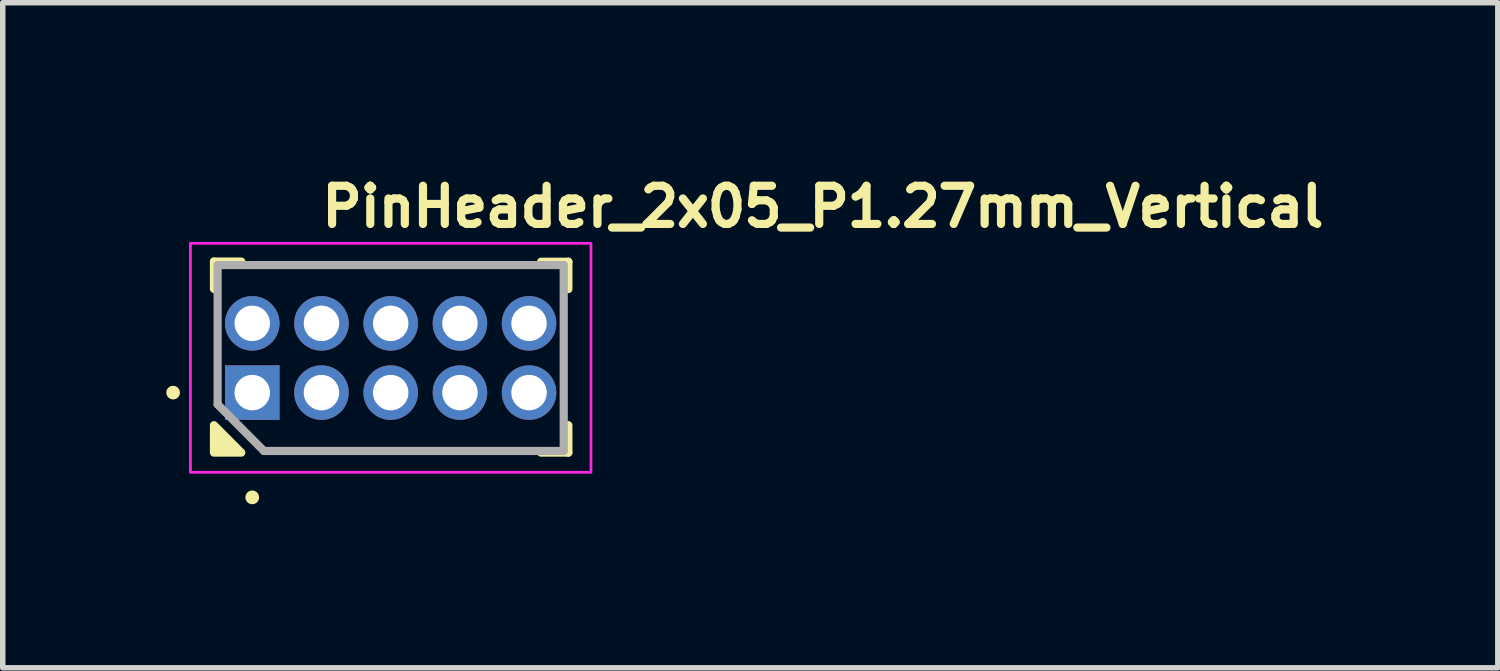
<source format=kicad_pcb>
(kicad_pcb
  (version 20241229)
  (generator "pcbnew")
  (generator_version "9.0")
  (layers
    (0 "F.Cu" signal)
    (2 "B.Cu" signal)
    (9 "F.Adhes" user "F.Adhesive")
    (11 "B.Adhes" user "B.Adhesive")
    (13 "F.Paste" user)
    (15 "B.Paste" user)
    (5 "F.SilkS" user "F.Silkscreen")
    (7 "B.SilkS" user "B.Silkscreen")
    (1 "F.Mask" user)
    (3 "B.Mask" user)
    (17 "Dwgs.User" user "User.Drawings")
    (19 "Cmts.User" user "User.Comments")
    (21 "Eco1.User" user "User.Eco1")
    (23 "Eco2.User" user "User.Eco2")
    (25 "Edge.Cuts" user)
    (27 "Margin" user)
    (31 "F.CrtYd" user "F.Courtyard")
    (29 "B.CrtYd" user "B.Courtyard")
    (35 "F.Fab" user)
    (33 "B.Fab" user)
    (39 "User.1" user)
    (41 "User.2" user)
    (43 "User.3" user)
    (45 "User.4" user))
  (footprint "PinHeader_2x05_P1.27mm_Vertical"
    (layer "F.Cu")
    (at 1.576 4.15)
    (property "Reference" "PinHeader_2x05_P1.27mm_Vertical" (at 1.199 -3 0) (layer "F.SilkS") (effects (font (size 0.7 0.7) (thickness 0.15)) (justify left bottom)))
    (attr through_hole)
    (fp_line (start -0.702 -2.403) (end -0.702 -1.901) (stroke (width 0.15) (type solid)) (layer "F.SilkS"))
    (fp_line (start -0.702 -2.403) (end -0.202 -2.403) (stroke (width 0.15) (type solid)) (layer "F.SilkS"))
    (fp_line (start 5.797 -2.4) (end 5.297 -2.4) (stroke (width 0.15) (type solid)) (layer "F.SilkS"))
    (fp_line (start 5.797 -2.4) (end 5.797 -1.899) (stroke (width 0.15) (type solid)) (layer "F.SilkS"))
    (fp_line (start 5.797 1.1) (end 5.297 1.1) (stroke (width 0.15) (type solid)) (layer "F.SilkS"))
    (fp_line (start 5.797 1.1) (end 5.797 0.598) (stroke (width 0.15) (type solid)) (layer "F.SilkS"))
    (fp_circle (center -1.451 0) (end -1.401 0) (stroke (width 0.15) (type solid)) (fill yes) (layer "F.SilkS"))
    (fp_circle (center 0 1.921) (end 0 1.87) (stroke (width 0.15) (type solid)) (fill yes) (layer "F.SilkS"))
    (fp_poly (pts (xy -0.702 0.598) (xy -0.702 1.1) (xy -0.202 1.1)) (stroke (width 0.15) (type solid)) (fill yes) (layer "F.SilkS"))
    (fp_rect (start -1.134 -2.738) (end 6.212 1.461) (stroke (width 0.05) (type solid)) (fill no) (layer "F.CrtYd"))
    (fp_line (start -0.635 -2.339) (end 5.712 -2.339) (stroke (width 0.15) (type solid)) (layer "F.Fab"))
    (fp_line (start -0.635 0.216) (end -0.635 -2.339) (stroke (width 0.15) (type solid)) (layer "F.Fab"))
    (fp_line (start 0.214 1.07) (end -0.635 0.216) (stroke (width 0.15) (type solid)) (layer "F.Fab"))
    (fp_line (start 5.712 -2.339) (end 5.712 1.07) (stroke (width 0.15) (type solid)) (layer "F.Fab"))
    (fp_line (start 5.712 1.07) (end 0.214 1.07) (stroke (width 0.15) (type solid)) (layer "F.Fab"))
    (fp_rect (start -0.634 -2.238) (end 5.712 0.961) (stroke (width 0.1) (type solid)) (fill no) (layer "User.5"))
    (fp_rect (start 5.712 -2.238) (end -0.634 0.961) (stroke (width 0.1) (type solid)) (fill no) (layer "User.5"))
    (fp_line (start -0.634 -2.037) (end -0.634 0.763) (stroke (width 0.02) (type solid)) (layer "User.9"))
    (fp_line (start -0.634 0.763) (end -0.434 0.961) (stroke (width 0.02) (type solid)) (layer "User.9"))
    (fp_line (start -0.434 -2.238) (end -0.634 -2.037) (stroke (width 0.02) (type solid)) (layer "User.9"))
    (fp_line (start -0.434 0.961) (end 0.432 0.961) (stroke (width 0.02) (type solid)) (layer "User.9"))
    (fp_line (start -0.203 -1.47) (end -0.103 -1.373) (stroke (width 0.02) (type solid)) (layer "User.9"))
    (fp_line (start -0.203 -1.47) (end 0.201 -1.47) (stroke (width 0.02) (type solid)) (layer "User.9"))
    (fp_line (start -0.203 -1.071) (end -0.203 -1.47) (stroke (width 0.02) (type solid)) (layer "User.9"))
    (fp_line (start -0.203 -0.204) (end -0.103 -0.103) (stroke (width 0.02) (type solid)) (layer "User.9"))
    (fp_line (start -0.203 -0.204) (end 0.201 -0.204) (stroke (width 0.02) (type solid)) (layer "User.9"))
    (fp_line (start -0.203 0.2) (end -0.203 -0.204) (stroke (width 0.02) (type solid)) (layer "User.9"))
    (fp_line (start -0.103 -1.373) (end -0.103 -1.17) (stroke (width 0.02) (type solid)) (layer "User.9"))
    (fp_line (start -0.103 -1.17) (end -0.203 -1.071) (stroke (width 0.02) (type solid)) (layer "User.9"))
    (fp_line (start -0.103 -1.17) (end 0.1 -1.17) (stroke (width 0.02) (type solid)) (layer "User.9"))
    (fp_line (start -0.103 -0.103) (end -0.103 0.1) (stroke (width 0.02) (type solid)) (layer "User.9"))
    (fp_line (start -0.103 0.1) (end -0.203 0.2) (stroke (width 0.02) (type solid)) (layer "User.9"))
    (fp_line (start -0.103 0.1) (end 0.1 0.1) (stroke (width 0.02) (type solid)) (layer "User.9"))
    (fp_line (start 0.1 -1.373) (end -0.103 -1.373) (stroke (width 0.02) (type solid)) (layer "User.9"))
    (fp_line (start 0.1 -1.17) (end 0.1 -1.373) (stroke (width 0.02) (type solid)) (layer "User.9"))
    (fp_line (start 0.1 -1.17) (end 0.201 -1.071) (stroke (width 0.02) (type solid)) (layer "User.9"))
    (fp_line (start 0.1 -0.103) (end -0.103 -0.103) (stroke (width 0.02) (type solid)) (layer "User.9"))
    (fp_line (start 0.1 0.1) (end 0.1 -0.103) (stroke (width 0.02) (type solid)) (layer "User.9"))
    (fp_line (start 0.1 0.1) (end 0.201 0.2) (stroke (width 0.02) (type solid)) (layer "User.9"))
    (fp_line (start 0.201 -1.47) (end 0.1 -1.373) (stroke (width 0.02) (type solid)) (layer "User.9"))
    (fp_line (start 0.201 -1.47) (end 0.201 -1.071) (stroke (width 0.02) (type solid)) (layer "User.9"))
    (fp_line (start 0.201 -1.071) (end -0.203 -1.071) (stroke (width 0.02) (type solid)) (layer "User.9"))
    (fp_line (start 0.201 -0.204) (end 0.1 -0.103) (stroke (width 0.02) (type solid)) (layer "User.9"))
    (fp_line (start 0.201 -0.204) (end 0.201 0.2) (stroke (width 0.02) (type solid)) (layer "User.9"))
    (fp_line (start 0.201 0.2) (end -0.203 0.2) (stroke (width 0.02) (type solid)) (layer "User.9"))
    (fp_line (start 0.432 -2.238) (end -0.434 -2.238) (stroke (width 0.02) (type solid)) (layer "User.9"))
    (fp_line (start 0.432 0.961) (end 0.632 0.763) (stroke (width 0.02) (type solid)) (layer "User.9"))
    (fp_line (start 0.632 -2.037) (end 0.432 -2.238) (stroke (width 0.02) (type solid)) (layer "User.9"))
    (fp_line (start 0.632 0.763) (end 0.832 0.961) (stroke (width 0.02) (type solid)) (layer "User.9"))
    (fp_line (start 0.832 -2.238) (end 0.632 -2.037) (stroke (width 0.02) (type solid)) (layer "User.9"))
    (fp_line (start 0.832 0.961) (end 1.705 0.961) (stroke (width 0.02) (type solid)) (layer "User.9"))
    (fp_line (start 1.07 -1.47) (end 1.169 -1.373) (stroke (width 0.02) (type solid)) (layer "User.9"))
    (fp_line (start 1.07 -1.47) (end 1.469 -1.47) (stroke (width 0.02) (type solid)) (layer "User.9"))
    (fp_line (start 1.07 -1.071) (end 1.07 -1.47) (stroke (width 0.02) (type solid)) (layer "User.9"))
    (fp_line (start 1.07 -0.204) (end 1.169 -0.103) (stroke (width 0.02) (type solid)) (layer "User.9"))
    (fp_line (start 1.07 -0.204) (end 1.469 -0.204) (stroke (width 0.02) (type solid)) (layer "User.9"))
    (fp_line (start 1.07 0.2) (end 1.07 -0.204) (stroke (width 0.02) (type solid)) (layer "User.9"))
    (fp_line (start 1.169 -1.373) (end 1.169 -1.17) (stroke (width 0.02) (type solid)) (layer "User.9"))
    (fp_line (start 1.169 -1.17) (end 1.07 -1.071) (stroke (width 0.02) (type solid)) (layer "User.9"))
    (fp_line (start 1.169 -1.17) (end 1.37 -1.17) (stroke (width 0.02) (type solid)) (layer "User.9"))
    (fp_line (start 1.169 -0.103) (end 1.169 0.1) (stroke (width 0.02) (type solid)) (layer "User.9"))
    (fp_line (start 1.169 0.1) (end 1.07 0.2) (stroke (width 0.02) (type solid)) (layer "User.9"))
    (fp_line (start 1.169 0.1) (end 1.37 0.1) (stroke (width 0.02) (type solid)) (layer "User.9"))
    (fp_line (start 1.37 -1.373) (end 1.169 -1.373) (stroke (width 0.02) (type solid)) (layer "User.9"))
    (fp_line (start 1.37 -1.17) (end 1.37 -1.373) (stroke (width 0.02) (type solid)) (layer "User.9"))
    (fp_line (start 1.37 -1.17) (end 1.469 -1.071) (stroke (width 0.02) (type solid)) (layer "User.9"))
    (fp_line (start 1.37 -0.103) (end 1.169 -0.103) (stroke (width 0.02) (type solid)) (layer "User.9"))
    (fp_line (start 1.37 0.1) (end 1.37 -0.103) (stroke (width 0.02) (type solid)) (layer "User.9"))
    (fp_line (start 1.37 0.1) (end 1.469 0.2) (stroke (width 0.02) (type solid)) (layer "User.9"))
    (fp_line (start 1.469 -1.47) (end 1.37 -1.373) (stroke (width 0.02) (type solid)) (layer "User.9"))
    (fp_line (start 1.469 -1.47) (end 1.469 -1.071) (stroke (width 0.02) (type solid)) (layer "User.9"))
    (fp_line (start 1.469 -1.071) (end 1.07 -1.071) (stroke (width 0.02) (type solid)) (layer "User.9"))
    (fp_line (start 1.469 -0.204) (end 1.37 -0.103) (stroke (width 0.02) (type solid)) (layer "User.9"))
    (fp_line (start 1.469 -0.204) (end 1.469 0.2) (stroke (width 0.02) (type solid)) (layer "User.9"))
    (fp_line (start 1.469 0.2) (end 1.07 0.2) (stroke (width 0.02) (type solid)) (layer "User.9"))
    (fp_line (start 1.705 -2.238) (end 0.832 -2.238) (stroke (width 0.02) (type solid)) (layer "User.9"))
    (fp_line (start 1.705 0.961) (end 1.904 0.763) (stroke (width 0.02) (type solid)) (layer "User.9"))
    (fp_line (start 1.904 -2.037) (end 1.705 -2.238) (stroke (width 0.02) (type solid)) (layer "User.9"))
    (fp_line (start 1.904 0.763) (end 2.104 0.961) (stroke (width 0.02) (type solid)) (layer "User.9"))
    (fp_line (start 2.104 -2.238) (end 1.904 -2.037) (stroke (width 0.02) (type solid)) (layer "User.9"))
    (fp_line (start 2.104 0.961) (end 2.975 0.961) (stroke (width 0.02) (type solid)) (layer "User.9"))
    (fp_line (start 2.338 -1.47) (end 2.439 -1.373) (stroke (width 0.02) (type solid)) (layer "User.9"))
    (fp_line (start 2.338 -1.47) (end 2.741 -1.47) (stroke (width 0.02) (type solid)) (layer "User.9"))
    (fp_line (start 2.338 -1.071) (end 2.338 -1.47) (stroke (width 0.02) (type solid)) (layer "User.9"))
    (fp_line (start 2.338 -0.204) (end 2.439 -0.103) (stroke (width 0.02) (type solid)) (layer "User.9"))
    (fp_line (start 2.338 -0.204) (end 2.741 -0.204) (stroke (width 0.02) (type solid)) (layer "User.9"))
    (fp_line (start 2.338 0.2) (end 2.338 -0.204) (stroke (width 0.02) (type solid)) (layer "User.9"))
    (fp_line (start 2.439 -1.373) (end 2.439 -1.17) (stroke (width 0.02) (type solid)) (layer "User.9"))
    (fp_line (start 2.439 -1.17) (end 2.338 -1.071) (stroke (width 0.02) (type solid)) (layer "User.9"))
    (fp_line (start 2.439 -1.17) (end 2.64 -1.17) (stroke (width 0.02) (type solid)) (layer "User.9"))
    (fp_line (start 2.439 -0.103) (end 2.439 0.1) (stroke (width 0.02) (type solid)) (layer "User.9"))
    (fp_line (start 2.439 0.1) (end 2.338 0.2) (stroke (width 0.02) (type solid)) (layer "User.9"))
    (fp_line (start 2.439 0.1) (end 2.64 0.1) (stroke (width 0.02) (type solid)) (layer "User.9"))
    (fp_line (start 2.64 -1.373) (end 2.439 -1.373) (stroke (width 0.02) (type solid)) (layer "User.9"))
    (fp_line (start 2.64 -1.17) (end 2.64 -1.373) (stroke (width 0.02) (type solid)) (layer "User.9"))
    (fp_line (start 2.64 -1.17) (end 2.741 -1.071) (stroke (width 0.02) (type solid)) (layer "User.9"))
    (fp_line (start 2.64 -0.103) (end 2.439 -0.103) (stroke (width 0.02) (type solid)) (layer "User.9"))
    (fp_line (start 2.64 0.1) (end 2.64 -0.103) (stroke (width 0.02) (type solid)) (layer "User.9"))
    (fp_line (start 2.64 0.1) (end 2.741 0.2) (stroke (width 0.02) (type solid)) (layer "User.9"))
    (fp_line (start 2.741 -1.47) (end 2.64 -1.373) (stroke (width 0.02) (type solid)) (layer "User.9"))
    (fp_line (start 2.741 -1.47) (end 2.741 -1.071) (stroke (width 0.02) (type solid)) (layer "User.9"))
    (fp_line (start 2.741 -1.071) (end 2.338 -1.071) (stroke (width 0.02) (type solid)) (layer "User.9"))
    (fp_line (start 2.741 -0.204) (end 2.64 -0.103) (stroke (width 0.02) (type solid)) (layer "User.9"))
    (fp_line (start 2.741 -0.204) (end 2.741 0.2) (stroke (width 0.02) (type solid)) (layer "User.9"))
    (fp_line (start 2.741 0.2) (end 2.338 0.2) (stroke (width 0.02) (type solid)) (layer "User.9"))
    (fp_line (start 2.975 -2.238) (end 2.104 -2.238) (stroke (width 0.02) (type solid)) (layer "User.9"))
    (fp_line (start 2.975 0.961) (end 3.175 0.763) (stroke (width 0.02) (type solid)) (layer "User.9"))
    (fp_line (start 3.175 -2.037) (end 2.975 -2.238) (stroke (width 0.02) (type solid)) (layer "User.9"))
    (fp_line (start 3.175 0.763) (end 3.374 0.961) (stroke (width 0.02) (type solid)) (layer "User.9"))
    (fp_line (start 3.374 -2.238) (end 3.175 -2.037) (stroke (width 0.02) (type solid)) (layer "User.9"))
    (fp_line (start 3.374 0.961) (end 4.245 0.961) (stroke (width 0.02) (type solid)) (layer "User.9"))
    (fp_line (start 3.608 -1.47) (end 3.708 -1.373) (stroke (width 0.02) (type solid)) (layer "User.9"))
    (fp_line (start 3.608 -1.47) (end 4.007 -1.47) (stroke (width 0.02) (type solid)) (layer "User.9"))
    (fp_line (start 3.608 -1.071) (end 3.608 -1.47) (stroke (width 0.02) (type solid)) (layer "User.9"))
    (fp_line (start 3.608 -0.204) (end 3.708 -0.103) (stroke (width 0.02) (type solid)) (layer "User.9"))
    (fp_line (start 3.608 -0.204) (end 4.007 -0.204) (stroke (width 0.02) (type solid)) (layer "User.9"))
    (fp_line (start 3.608 0.2) (end 3.608 -0.204) (stroke (width 0.02) (type solid)) (layer "User.9"))
    (fp_line (start 3.708 -1.373) (end 3.708 -1.17) (stroke (width 0.02) (type solid)) (layer "User.9"))
    (fp_line (start 3.708 -1.17) (end 3.608 -1.071) (stroke (width 0.02) (type solid)) (layer "User.9"))
    (fp_line (start 3.708 -1.17) (end 3.91 -1.17) (stroke (width 0.02) (type solid)) (layer "User.9"))
    (fp_line (start 3.708 -0.103) (end 3.708 0.1) (stroke (width 0.02) (type solid)) (layer "User.9"))
    (fp_line (start 3.708 0.1) (end 3.608 0.2) (stroke (width 0.02) (type solid)) (layer "User.9"))
    (fp_line (start 3.708 0.1) (end 3.91 0.1) (stroke (width 0.02) (type solid)) (layer "User.9"))
    (fp_line (start 3.91 -1.373) (end 3.708 -1.373) (stroke (width 0.02) (type solid)) (layer "User.9"))
    (fp_line (start 3.91 -1.17) (end 3.91 -1.373) (stroke (width 0.02) (type solid)) (layer "User.9"))
    (fp_line (start 3.91 -1.17) (end 4.007 -1.071) (stroke (width 0.02) (type solid)) (layer "User.9"))
    (fp_line (start 3.91 -0.103) (end 3.708 -0.103) (stroke (width 0.02) (type solid)) (layer "User.9"))
    (fp_line (start 3.91 0.1) (end 3.91 -0.103) (stroke (width 0.02) (type solid)) (layer "User.9"))
    (fp_line (start 3.91 0.1) (end 4.007 0.2) (stroke (width 0.02) (type solid)) (layer "User.9"))
    (fp_line (start 4.007 -1.47) (end 3.91 -1.373) (stroke (width 0.02) (type solid)) (layer "User.9"))
    (fp_line (start 4.007 -1.47) (end 4.007 -1.071) (stroke (width 0.02) (type solid)) (layer "User.9"))
    (fp_line (start 4.007 -1.071) (end 3.608 -1.071) (stroke (width 0.02) (type solid)) (layer "User.9"))
    (fp_line (start 4.007 -0.204) (end 3.91 -0.103) (stroke (width 0.02) (type solid)) (layer "User.9"))
    (fp_line (start 4.007 -0.204) (end 4.007 0.2) (stroke (width 0.02) (type solid)) (layer "User.9"))
    (fp_line (start 4.007 0.2) (end 3.608 0.2) (stroke (width 0.02) (type solid)) (layer "User.9"))
    (fp_line (start 4.245 -2.238) (end 3.374 -2.238) (stroke (width 0.02) (type solid)) (layer "User.9"))
    (fp_line (start 4.245 0.961) (end 4.443 0.763) (stroke (width 0.02) (type solid)) (layer "User.9"))
    (fp_line (start 4.443 -2.037) (end 4.245 -2.238) (stroke (width 0.02) (type solid)) (layer "User.9"))
    (fp_line (start 4.443 0.763) (end 4.644 0.961) (stroke (width 0.02) (type solid)) (layer "User.9"))
    (fp_line (start 4.644 -2.238) (end 4.443 -2.037) (stroke (width 0.02) (type solid)) (layer "User.9"))
    (fp_line (start 4.644 0.961) (end 5.512 0.961) (stroke (width 0.02) (type solid)) (layer "User.9"))
    (fp_line (start 4.878 -1.47) (end 4.978 -1.373) (stroke (width 0.02) (type solid)) (layer "User.9"))
    (fp_line (start 4.878 -1.47) (end 5.278 -1.47) (stroke (width 0.02) (type solid)) (layer "User.9"))
    (fp_line (start 4.878 -1.071) (end 4.878 -1.47) (stroke (width 0.02) (type solid)) (layer "User.9"))
    (fp_line (start 4.878 -0.204) (end 4.978 -0.103) (stroke (width 0.02) (type solid)) (layer "User.9"))
    (fp_line (start 4.878 -0.204) (end 5.278 -0.204) (stroke (width 0.02) (type solid)) (layer "User.9"))
    (fp_line (start 4.878 0.2) (end 4.878 -0.204) (stroke (width 0.02) (type solid)) (layer "User.9"))
    (fp_line (start 4.978 -1.373) (end 4.978 -1.17) (stroke (width 0.02) (type solid)) (layer "User.9"))
    (fp_line (start 4.978 -1.17) (end 4.878 -1.071) (stroke (width 0.02) (type solid)) (layer "User.9"))
    (fp_line (start 4.978 -1.17) (end 5.177 -1.17) (stroke (width 0.02) (type solid)) (layer "User.9"))
    (fp_line (start 4.978 -0.103) (end 4.978 0.1) (stroke (width 0.02) (type solid)) (layer "User.9"))
    (fp_line (start 4.978 0.1) (end 4.878 0.2) (stroke (width 0.02) (type solid)) (layer "User.9"))
    (fp_line (start 4.978 0.1) (end 5.177 0.1) (stroke (width 0.02) (type solid)) (layer "User.9"))
    (fp_line (start 5.177 -1.373) (end 4.978 -1.373) (stroke (width 0.02) (type solid)) (layer "User.9"))
    (fp_line (start 5.177 -1.17) (end 5.177 -1.373) (stroke (width 0.02) (type solid)) (layer "User.9"))
    (fp_line (start 5.177 -1.17) (end 5.278 -1.071) (stroke (width 0.02) (type solid)) (layer "User.9"))
    (fp_line (start 5.177 -0.103) (end 4.978 -0.103) (stroke (width 0.02) (type solid)) (layer "User.9"))
    (fp_line (start 5.177 0.1) (end 5.177 -0.103) (stroke (width 0.02) (type solid)) (layer "User.9"))
    (fp_line (start 5.177 0.1) (end 5.278 0.2) (stroke (width 0.02) (type solid)) (layer "User.9"))
    (fp_line (start 5.278 -1.47) (end 5.177 -1.373) (stroke (width 0.02) (type solid)) (layer "User.9"))
    (fp_line (start 5.278 -1.47) (end 5.278 -1.071) (stroke (width 0.02) (type solid)) (layer "User.9"))
    (fp_line (start 5.278 -1.071) (end 4.878 -1.071) (stroke (width 0.02) (type solid)) (layer "User.9"))
    (fp_line (start 5.278 -0.204) (end 5.177 -0.103) (stroke (width 0.02) (type solid)) (layer "User.9"))
    (fp_line (start 5.278 -0.204) (end 5.278 0.2) (stroke (width 0.02) (type solid)) (layer "User.9"))
    (fp_line (start 5.278 0.2) (end 4.878 0.2) (stroke (width 0.02) (type solid)) (layer "User.9"))
    (fp_line (start 5.512 -2.238) (end 4.644 -2.238) (stroke (width 0.02) (type solid)) (layer "User.9"))
    (fp_line (start 5.512 0.961) (end 5.712 0.763) (stroke (width 0.02) (type solid)) (layer "User.9"))
    (fp_line (start 5.712 -2.037) (end 5.512 -2.238) (stroke (width 0.02) (type solid)) (layer "User.9"))
    (fp_line (start 5.712 0.763) (end 5.712 -2.037) (stroke (width 0.02) (type solid)) (layer "User.9"))
    (pad "1" thru_hole rect (at 0 0 90) (size 1 1) (drill 0.65) (layers "*.Cu" "*.Mask"))
    (pad "2" thru_hole oval (at 0 -1.27 90) (size 1 1) (drill 0.65) (layers "*.Cu" "*.Mask"))
    (pad "3" thru_hole oval (at 1.269 0 90) (size 1 1) (drill 0.65) (layers "*.Cu" "*.Mask"))
    (pad "4" thru_hole oval (at 1.269 -1.27 90) (size 1 1) (drill 0.65) (layers "*.Cu" "*.Mask"))
    (pad "5" thru_hole oval (at 2.539 0 90) (size 1 1) (drill 0.65) (layers "*.Cu" "*.Mask"))
    (pad "6" thru_hole oval (at 2.539 -1.27 90) (size 1 1) (drill 0.65) (layers "*.Cu" "*.Mask"))
    (pad "7" thru_hole oval (at 3.809 0 90) (size 1 1) (drill 0.65) (layers "*.Cu" "*.Mask"))
    (pad "8" thru_hole oval (at 3.809 -1.27 90) (size 1 1) (drill 0.65) (layers "*.Cu" "*.Mask"))
    (pad "9" thru_hole oval (at 5.076 0 90) (size 1 1) (drill 0.65) (layers "*.Cu" "*.Mask"))
    (pad "10" thru_hole oval (at 5.076 -1.27 90) (size 1 1) (drill 0.65) (layers "*.Cu" "*.Mask")))
  (gr_rect
    (start -3 -3)
    (end 24.418 9.197)
    (stroke (width 0.1) (type default))
    (fill no)
    (layer "Edge.Cuts")))
</source>
